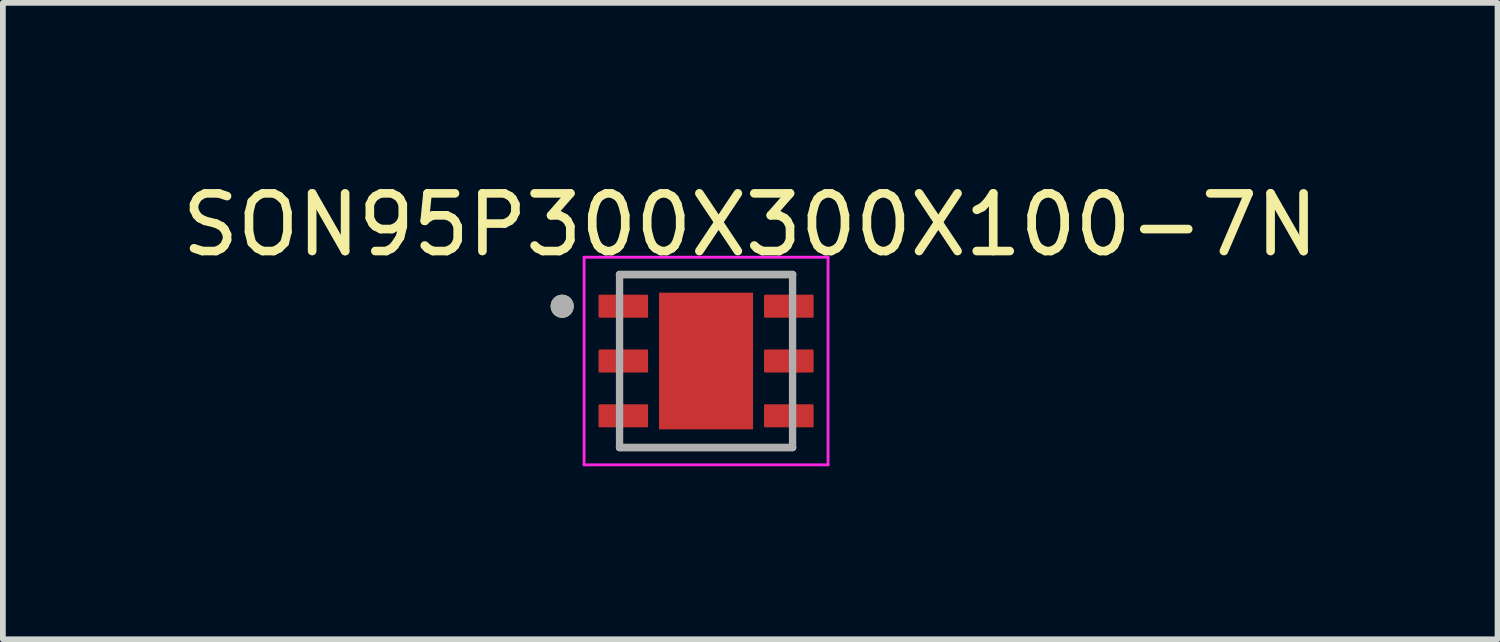
<source format=kicad_pcb>
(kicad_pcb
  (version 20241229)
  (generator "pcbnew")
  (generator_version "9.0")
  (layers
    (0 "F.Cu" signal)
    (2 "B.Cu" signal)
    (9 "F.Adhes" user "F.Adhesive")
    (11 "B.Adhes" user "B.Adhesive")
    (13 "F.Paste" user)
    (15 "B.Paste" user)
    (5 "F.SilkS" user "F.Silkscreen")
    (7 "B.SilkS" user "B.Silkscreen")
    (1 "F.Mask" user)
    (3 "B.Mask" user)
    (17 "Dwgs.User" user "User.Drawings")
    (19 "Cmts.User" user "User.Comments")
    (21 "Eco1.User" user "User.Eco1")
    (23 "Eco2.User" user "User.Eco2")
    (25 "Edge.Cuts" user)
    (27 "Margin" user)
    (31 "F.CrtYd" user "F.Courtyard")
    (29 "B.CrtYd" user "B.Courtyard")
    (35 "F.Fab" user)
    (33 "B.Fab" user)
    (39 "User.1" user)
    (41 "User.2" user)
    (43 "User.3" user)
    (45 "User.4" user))
  (footprint "SON95P300X300X100-7N"
    (layer "F.Cu")
    (at 9.193 3.21)
    (property "Reference" "SON95P300X300X100-7N" (at 0.765 -2.362 0) (layer "F.SilkS") (effects (font (size 1 1) (thickness 0.15))))
    (attr smd)
    (fp_line (start -1.5 -1.5) (end 1.5 -1.5) (stroke (width 0.127) (type solid)) (layer "F.SilkS"))
    (fp_line (start -1.5 1.5) (end 1.5 1.5) (stroke (width 0.127) (type solid)) (layer "F.SilkS"))
    (fp_circle (center -2.495 -0.95) (end -2.395 -0.95) (stroke (width 0.2) (type solid)) (fill no) (layer "F.SilkS"))
    (fp_poly (pts (xy -0.51 -0.75) (xy 0.51 -0.75) (xy 0.51 0.75) (xy -0.51 0.75)) (stroke (width 0.01) (type solid)) (fill yes) (layer "F.Paste"))
    (fp_line (start -2.115 -1.8) (end -2.115 1.8) (stroke (width 0.05) (type solid)) (layer "F.CrtYd"))
    (fp_line (start -2.115 -1.8) (end 2.115 -1.8) (stroke (width 0.05) (type solid)) (layer "F.CrtYd"))
    (fp_line (start -2.115 1.8) (end 2.115 1.8) (stroke (width 0.05) (type solid)) (layer "F.CrtYd"))
    (fp_line (start 2.115 -1.8) (end 2.115 1.8) (stroke (width 0.05) (type solid)) (layer "F.CrtYd"))
    (fp_line (start -1.5 -1.5) (end -1.5 1.5) (stroke (width 0.127) (type solid)) (layer "F.Fab"))
    (fp_line (start -1.5 -1.5) (end 1.5 -1.5) (stroke (width 0.127) (type solid)) (layer "F.Fab"))
    (fp_line (start -1.5 1.5) (end 1.5 1.5) (stroke (width 0.127) (type solid)) (layer "F.Fab"))
    (fp_line (start 1.5 -1.5) (end 1.5 1.5) (stroke (width 0.127) (type solid)) (layer "F.Fab"))
    (fp_circle (center -2.495 -0.95) (end -2.395 -0.95) (stroke (width 0.2) (type solid)) (fill no) (layer "F.Fab"))
    (pad "1" smd roundrect (at -1.435 -0.95) (size 0.86 0.4) (layers "F.Cu" "F.Mask" "F.Paste") (roundrect_rratio 0.05))
    (pad "2" smd roundrect (at -1.435 0) (size 0.86 0.4) (layers "F.Cu" "F.Mask" "F.Paste") (roundrect_rratio 0.05))
    (pad "3" smd roundrect (at -1.435 0.95) (size 0.86 0.4) (layers "F.Cu" "F.Mask" "F.Paste") (roundrect_rratio 0.05))
    (pad "4" smd roundrect (at 1.435 0.95) (size 0.86 0.4) (layers "F.Cu" "F.Mask" "F.Paste") (roundrect_rratio 0.05))
    (pad "5" smd roundrect (at 1.435 0) (size 0.86 0.4) (layers "F.Cu" "F.Mask" "F.Paste") (roundrect_rratio 0.05))
    (pad "6" smd roundrect (at 1.435 -0.95) (size 0.86 0.4) (layers "F.Cu" "F.Mask" "F.Paste") (roundrect_rratio 0.05))
    (pad "7" smd rect (at 0 0) (size 1.63 2.37) (layers "F.Cu" "F.Mask")))
  (gr_rect
    (start -3 -3)
    (end 22.917 8.035)
    (stroke (width 0.1) (type default))
    (fill no)
    (layer "Edge.Cuts")))
</source>
